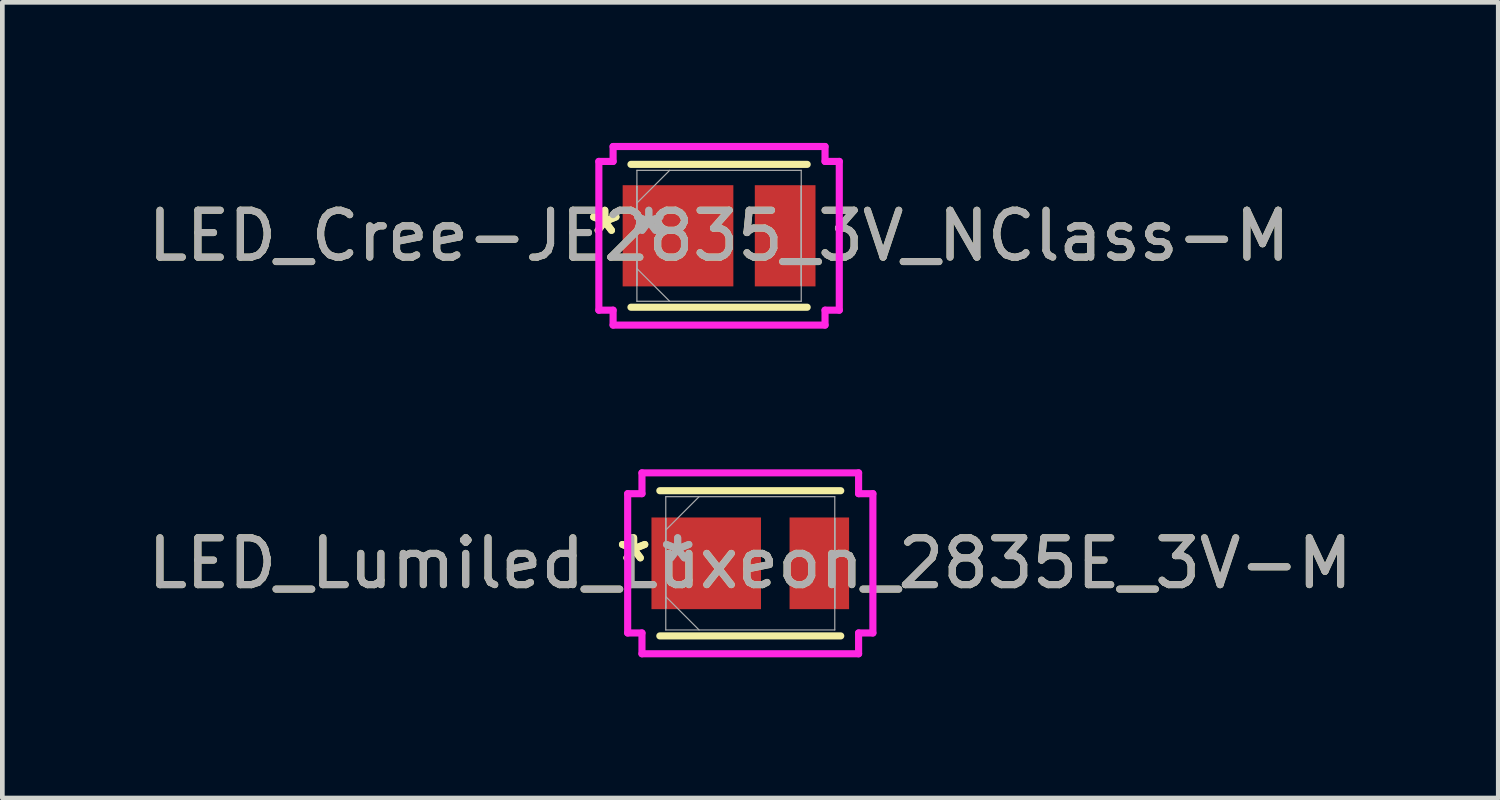
<source format=kicad_pcb>
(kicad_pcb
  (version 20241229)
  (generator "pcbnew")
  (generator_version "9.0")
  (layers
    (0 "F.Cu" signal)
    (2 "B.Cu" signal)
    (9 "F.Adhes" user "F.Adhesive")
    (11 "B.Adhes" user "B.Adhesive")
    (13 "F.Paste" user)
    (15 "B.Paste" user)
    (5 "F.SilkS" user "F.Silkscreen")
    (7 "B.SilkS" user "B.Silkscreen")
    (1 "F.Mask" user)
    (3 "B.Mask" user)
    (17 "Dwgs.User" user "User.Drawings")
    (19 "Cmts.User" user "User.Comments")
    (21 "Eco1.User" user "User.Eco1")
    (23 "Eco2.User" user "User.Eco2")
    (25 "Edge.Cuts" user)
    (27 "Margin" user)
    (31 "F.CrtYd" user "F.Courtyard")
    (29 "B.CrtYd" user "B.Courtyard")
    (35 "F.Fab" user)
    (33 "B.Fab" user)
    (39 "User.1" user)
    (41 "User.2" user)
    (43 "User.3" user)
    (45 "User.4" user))
  (footprint "LED_Lumiled_Luxeon_2835E_3V-M"
    (layer "F.Cu")
    (at 12.958 8.969)
    (property "Reference" "LED_Lumiled_Luxeon_2835E_3V-M" (at 0 0 0) (unlocked yes) (layer "F.SilkS") (effects (font (size 1 1) (thickness 0.15))))
    (attr smd)
    (fp_line (start -1.93 1.549) (end 1.93 1.549) (stroke (width 0.152) (type solid)) (layer "F.SilkS"))
    (fp_line (start 1.93 -1.549) (end -1.93 -1.549) (stroke (width 0.152) (type solid)) (layer "F.SilkS"))
    (fp_line (start -2.616 -1.486) (end -2.311 -1.486) (stroke (width 0.152) (type solid)) (layer "F.CrtYd"))
    (fp_line (start -2.616 1.486) (end -2.616 -1.486) (stroke (width 0.152) (type solid)) (layer "F.CrtYd"))
    (fp_line (start -2.311 -1.93) (end 2.311 -1.93) (stroke (width 0.152) (type solid)) (layer "F.CrtYd"))
    (fp_line (start -2.311 -1.486) (end -2.311 -1.93) (stroke (width 0.152) (type solid)) (layer "F.CrtYd"))
    (fp_line (start -2.311 1.486) (end -2.616 1.486) (stroke (width 0.152) (type solid)) (layer "F.CrtYd"))
    (fp_line (start -2.311 1.93) (end -2.311 1.486) (stroke (width 0.152) (type solid)) (layer "F.CrtYd"))
    (fp_line (start 2.311 -1.93) (end 2.311 -1.486) (stroke (width 0.152) (type solid)) (layer "F.CrtYd"))
    (fp_line (start 2.311 -1.486) (end 2.616 -1.486) (stroke (width 0.152) (type solid)) (layer "F.CrtYd"))
    (fp_line (start 2.311 1.486) (end 2.311 1.93) (stroke (width 0.152) (type solid)) (layer "F.CrtYd"))
    (fp_line (start 2.311 1.93) (end -2.311 1.93) (stroke (width 0.152) (type solid)) (layer "F.CrtYd"))
    (fp_line (start 2.616 -1.486) (end 2.616 1.486) (stroke (width 0.152) (type solid)) (layer "F.CrtYd"))
    (fp_line (start 2.616 1.486) (end 2.311 1.486) (stroke (width 0.152) (type solid)) (layer "F.CrtYd"))
    (fp_line (start -1.803 -1.422) (end -1.803 1.422) (stroke (width 0.025) (type solid)) (layer "F.Fab"))
    (fp_line (start -1.803 -0.953) (end -1.803 -0.953) (stroke (width 0.025) (type solid)) (layer "F.Fab"))
    (fp_line (start -1.803 -0.953) (end -1.803 0.953) (stroke (width 0.025) (type solid)) (layer "F.Fab"))
    (fp_line (start -1.803 -0.711) (end -1.092 -1.422) (stroke (width 0.025) (type solid)) (layer "F.Fab"))
    (fp_line (start -1.803 0.711) (end -1.092 1.422) (stroke (width 0.025) (type solid)) (layer "F.Fab"))
    (fp_line (start -1.803 0.953) (end -1.803 -0.953) (stroke (width 0.025) (type solid)) (layer "F.Fab"))
    (fp_line (start -1.803 0.953) (end -1.803 0.953) (stroke (width 0.025) (type solid)) (layer "F.Fab"))
    (fp_line (start -1.803 1.422) (end 1.803 1.422) (stroke (width 0.025) (type solid)) (layer "F.Fab"))
    (fp_line (start 1.803 -1.422) (end -1.803 -1.422) (stroke (width 0.025) (type solid)) (layer "F.Fab"))
    (fp_line (start 1.803 -0.953) (end 1.803 -0.953) (stroke (width 0.025) (type solid)) (layer "F.Fab"))
    (fp_line (start 1.803 -0.953) (end 1.803 0.953) (stroke (width 0.025) (type solid)) (layer "F.Fab"))
    (fp_line (start 1.803 0.953) (end 1.803 -0.953) (stroke (width 0.025) (type solid)) (layer "F.Fab"))
    (fp_line (start 1.803 0.953) (end 1.803 0.953) (stroke (width 0.025) (type solid)) (layer "F.Fab"))
    (fp_line (start 1.803 1.422) (end 1.803 -1.422) (stroke (width 0.025) (type solid)) (layer "F.Fab"))
    (fp_text user "*" (at -2.489 0 0) (layer "F.SilkS") (effects (font (size 1 1) (thickness 0.15))))
    (fp_text user "*" (at -2.489 0 0) (unlocked yes) (layer "F.SilkS") (effects (font (size 1 1) (thickness 0.15))))
    (fp_text user "${REFERENCE}" (at 0 0 0) (unlocked yes) (layer "F.Fab") (effects (font (size 1 1) (thickness 0.15))))
    (fp_text user "*" (at -1.549 0 0) (layer "F.Fab") (effects (font (size 1 1) (thickness 0.15))))
    (fp_text user "*" (at -1.549 0 0) (unlocked yes) (layer "F.Fab") (effects (font (size 1 1) (thickness 0.15))))
    (pad "1" smd rect (at -0.94 0) (size 2.337 1.956) (layers "F.Cu" "F.Mask" "F.Paste"))
    (pad "2" smd rect (at 1.473 0) (size 1.27 1.956) (layers "F.Cu" "F.Mask" "F.Paste"))
    (zone (net_name "") (layer "F.Cu") (hatch full 0.508) (connect_pads) (min_thickness 0.254) (filled_areas_thickness no) (keepout (tracks not_allowed) (vias not_allowed) (pads allowed) (copperpour not_allowed) (footprints allowed)) (placement (enabled no)) (fill) (polygon (pts (xy 13.238 7.597) (xy 13.746 7.597) (xy 13.746 10.341) (xy 13.238 10.341)))))
  (footprint "LED_Cree-JE2835_3V_NClass-M"
    (layer "F.Cu")
    (at 12.292 1.981)
    (property "Reference" "LED_Cree-JE2835_3V_NClass-M" (at 0 0 0) (unlocked yes) (layer "F.SilkS") (effects (font (size 1 1) (thickness 0.15))))
    (attr smd)
    (fp_line (start -1.88 1.524) (end 1.88 1.524) (stroke (width 0.152) (type solid)) (layer "F.SilkS"))
    (fp_line (start 1.88 -1.524) (end -1.88 -1.524) (stroke (width 0.152) (type solid)) (layer "F.SilkS"))
    (fp_line (start -2.565 -1.587) (end -2.261 -1.587) (stroke (width 0.152) (type solid)) (layer "F.CrtYd"))
    (fp_line (start -2.565 1.587) (end -2.565 -1.587) (stroke (width 0.152) (type solid)) (layer "F.CrtYd"))
    (fp_line (start -2.261 -1.905) (end 2.261 -1.905) (stroke (width 0.152) (type solid)) (layer "F.CrtYd"))
    (fp_line (start -2.261 -1.587) (end -2.261 -1.905) (stroke (width 0.152) (type solid)) (layer "F.CrtYd"))
    (fp_line (start -2.261 1.587) (end -2.565 1.587) (stroke (width 0.152) (type solid)) (layer "F.CrtYd"))
    (fp_line (start -2.261 1.905) (end -2.261 1.587) (stroke (width 0.152) (type solid)) (layer "F.CrtYd"))
    (fp_line (start 2.261 -1.905) (end 2.261 -1.587) (stroke (width 0.152) (type solid)) (layer "F.CrtYd"))
    (fp_line (start 2.261 -1.587) (end 2.565 -1.587) (stroke (width 0.152) (type solid)) (layer "F.CrtYd"))
    (fp_line (start 2.261 1.587) (end 2.261 1.905) (stroke (width 0.152) (type solid)) (layer "F.CrtYd"))
    (fp_line (start 2.261 1.905) (end -2.261 1.905) (stroke (width 0.152) (type solid)) (layer "F.CrtYd"))
    (fp_line (start 2.565 -1.587) (end 2.565 1.587) (stroke (width 0.152) (type solid)) (layer "F.CrtYd"))
    (fp_line (start 2.565 1.587) (end 2.261 1.587) (stroke (width 0.152) (type solid)) (layer "F.CrtYd"))
    (fp_line (start -1.753 -1.397) (end -1.753 1.397) (stroke (width 0.025) (type solid)) (layer "F.Fab"))
    (fp_line (start -1.753 -1.054) (end -1.753 -1.054) (stroke (width 0.025) (type solid)) (layer "F.Fab"))
    (fp_line (start -1.753 -1.054) (end -1.753 1.054) (stroke (width 0.025) (type solid)) (layer "F.Fab"))
    (fp_line (start -1.753 -0.699) (end -1.054 -1.397) (stroke (width 0.025) (type solid)) (layer "F.Fab"))
    (fp_line (start -1.753 0.699) (end -1.054 1.397) (stroke (width 0.025) (type solid)) (layer "F.Fab"))
    (fp_line (start -1.753 1.054) (end -1.753 -1.054) (stroke (width 0.025) (type solid)) (layer "F.Fab"))
    (fp_line (start -1.753 1.054) (end -1.753 1.054) (stroke (width 0.025) (type solid)) (layer "F.Fab"))
    (fp_line (start -1.753 1.397) (end 1.753 1.397) (stroke (width 0.025) (type solid)) (layer "F.Fab"))
    (fp_line (start 1.753 -1.397) (end -1.753 -1.397) (stroke (width 0.025) (type solid)) (layer "F.Fab"))
    (fp_line (start 1.753 -1.054) (end 1.753 -1.054) (stroke (width 0.025) (type solid)) (layer "F.Fab"))
    (fp_line (start 1.753 -1.054) (end 1.753 1.054) (stroke (width 0.025) (type solid)) (layer "F.Fab"))
    (fp_line (start 1.753 1.054) (end 1.753 -1.054) (stroke (width 0.025) (type solid)) (layer "F.Fab"))
    (fp_line (start 1.753 1.054) (end 1.753 1.054) (stroke (width 0.025) (type solid)) (layer "F.Fab"))
    (fp_line (start 1.753 1.397) (end 1.753 -1.397) (stroke (width 0.025) (type solid)) (layer "F.Fab"))
    (fp_text user "*" (at -2.438 0 0) (unlocked yes) (layer "F.SilkS") (effects (font (size 1 1) (thickness 0.15))))
    (fp_text user "*" (at -2.438 0 0) (layer "F.SilkS") (effects (font (size 1 1) (thickness 0.15))))
    (fp_text user "${REFERENCE}" (at 0 0 0) (unlocked yes) (layer "F.Fab") (effects (font (size 1 1) (thickness 0.15))))
    (fp_text user "*" (at -1.499 0 0) (layer "F.Fab") (effects (font (size 1 1) (thickness 0.15))))
    (fp_text user "*" (at -1.499 0 0) (unlocked yes) (layer "F.Fab") (effects (font (size 1 1) (thickness 0.15))))
    (pad "1" smd rect (at -0.876 0) (size 2.362 2.159) (layers "F.Cu" "F.Mask" "F.Paste"))
    (pad "2" smd rect (at 1.41 0) (size 1.295 2.159) (layers "F.Cu" "F.Mask" "F.Paste"))
    (zone (net_name "") (layer "F.Cu") (hatch full 0.508) (connect_pads) (min_thickness 0.254) (filled_areas_thickness no) (keepout (tracks not_allowed) (vias not_allowed) (pads allowed) (copperpour not_allowed) (footprints allowed)) (placement (enabled no)) (fill) (polygon (pts (xy 12.647 0.635) (xy 13.003 0.635) (xy 13.003 3.327) (xy 12.647 3.327)))))
  (gr_rect
    (start -3 -3)
    (end 28.917 13.976)
    (stroke (width 0.1) (type default))
    (fill no)
    (layer "Edge.Cuts")))
</source>
